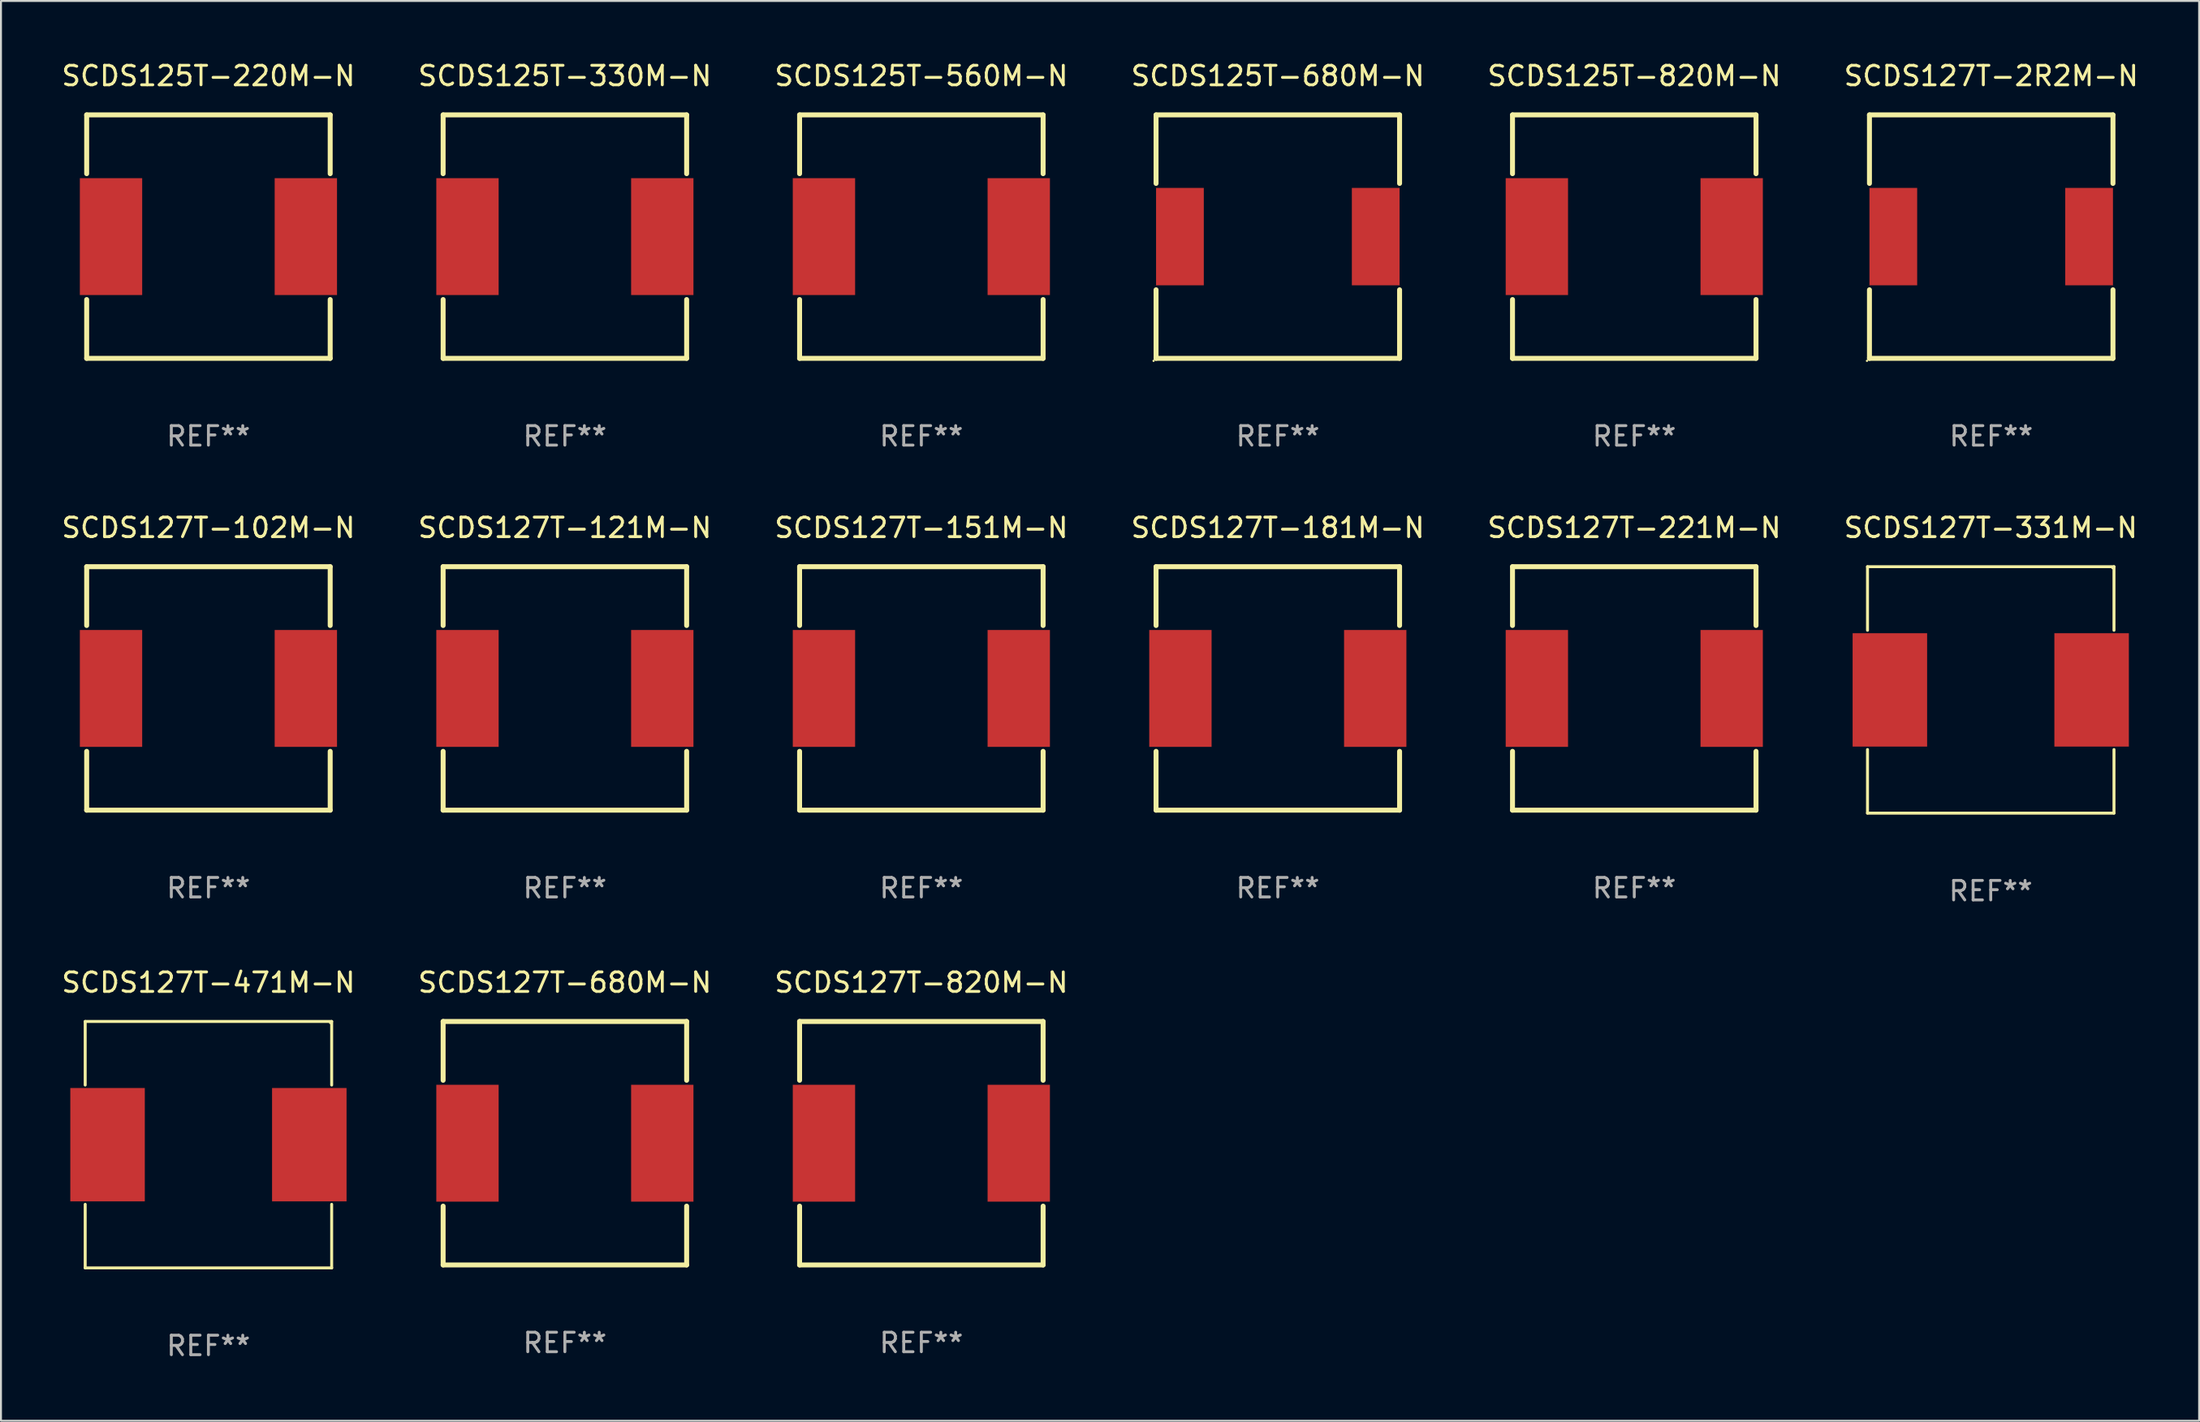
<source format=kicad_pcb>
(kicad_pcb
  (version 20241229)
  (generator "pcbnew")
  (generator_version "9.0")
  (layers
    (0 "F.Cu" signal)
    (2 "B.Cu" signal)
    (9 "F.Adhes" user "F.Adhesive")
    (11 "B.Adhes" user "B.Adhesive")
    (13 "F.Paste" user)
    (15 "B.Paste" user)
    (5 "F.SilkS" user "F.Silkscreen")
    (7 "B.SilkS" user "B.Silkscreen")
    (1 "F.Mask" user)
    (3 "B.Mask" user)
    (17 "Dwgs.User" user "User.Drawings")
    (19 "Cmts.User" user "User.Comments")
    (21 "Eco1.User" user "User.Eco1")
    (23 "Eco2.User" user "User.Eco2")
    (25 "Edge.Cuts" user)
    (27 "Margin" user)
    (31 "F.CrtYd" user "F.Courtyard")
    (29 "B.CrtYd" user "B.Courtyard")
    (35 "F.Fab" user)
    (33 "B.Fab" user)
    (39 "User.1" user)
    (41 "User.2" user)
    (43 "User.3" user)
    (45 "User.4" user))
  (footprint "SCDS127T-2R2M-N"
    (layer "F.Cu")
    (at 99.161 9.098)
    (property "Reference" "SCDS127T-2R2M-N" (at 0 -8.25 0) (layer "F.SilkS") (effects (font (size 1 1) (thickness 0.15))))
    (attr through_hole)
    (fp_line (start -6.25 -6.25) (end 6.25 -6.25) (stroke (width 0.254) (type solid)) (layer "F.SilkS"))
    (fp_line (start -6.25 -2.731) (end -6.25 -6.25) (stroke (width 0.254) (type solid)) (layer "F.SilkS"))
    (fp_line (start -6.25 6.25) (end -6.25 2.731) (stroke (width 0.254) (type solid)) (layer "F.SilkS"))
    (fp_line (start 6.25 -6.25) (end 6.25 -2.731) (stroke (width 0.254) (type solid)) (layer "F.SilkS"))
    (fp_line (start 6.25 2.731) (end 6.25 6.25) (stroke (width 0.254) (type solid)) (layer "F.SilkS"))
    (fp_line (start 6.25 6.25) (end -6.25 6.25) (stroke (width 0.254) (type solid)) (layer "F.SilkS"))
    (fp_circle (center -6.377 6.377) (end -6.347 6.377) (stroke (width 0.06) (type solid)) (fill no) (layer "F.SilkS"))
    (fp_text user "REF**" (at 0 10.25 0) (layer "F.Fab") (effects (font (size 1 1) (thickness 0.15))))
    (pad "1" smd rect (at -5.025 0 90) (size 5 2.45) (layers "F.Cu" "F.Mask" "F.Paste"))
    (pad "2" smd rect (at 5.025 0 90) (size 5 2.45) (layers "F.Cu" "F.Mask" "F.Paste")))
  (footprint "SCDS127T-121M-N"
    (layer "F.Cu")
    (at 25.946 32.295)
    (property "Reference" "SCDS127T-121M-N" (at 0 -8.25 0) (layer "F.SilkS") (effects (font (size 1 1) (thickness 0.15))))
    (attr through_hole)
    (fp_line (start -6.25 -6.25) (end -6.25 -3.231) (stroke (width 0.254) (type solid)) (layer "F.SilkS"))
    (fp_line (start -6.25 -6.25) (end 6.25 -6.25) (stroke (width 0.254) (type solid)) (layer "F.SilkS"))
    (fp_line (start -6.25 3.231) (end -6.25 6.25) (stroke (width 0.254) (type solid)) (layer "F.SilkS"))
    (fp_line (start -6.25 6.25) (end 6.25 6.25) (stroke (width 0.254) (type solid)) (layer "F.SilkS"))
    (fp_line (start 6.25 -6.25) (end 6.25 -3.231) (stroke (width 0.254) (type solid)) (layer "F.SilkS"))
    (fp_line (start 6.25 3.231) (end 6.25 6.25) (stroke (width 0.254) (type solid)) (layer "F.SilkS"))
    (fp_circle (center -6.25 6.25) (end -6.22 6.25) (stroke (width 0.06) (type solid)) (fill no) (layer "F.SilkS"))
    (fp_text user "REF**" (at 0 10.25 0) (layer "F.Fab") (effects (font (size 1 1) (thickness 0.15))))
    (pad "1" smd rect (at -5 0) (size 3.2 6) (layers "F.Cu" "F.Mask" "F.Paste"))
    (pad "2" smd rect (at 5 0) (size 3.2 6) (layers "F.Cu" "F.Mask" "F.Paste")))
  (footprint "SCDS125T-560M-N"
    (layer "F.Cu")
    (at 44.244 9.098)
    (property "Reference" "SCDS125T-560M-N" (at 0 -8.25 0) (layer "F.SilkS") (effects (font (size 1 1) (thickness 0.15))))
    (attr through_hole)
    (fp_line (start -6.25 -6.25) (end -6.25 -3.231) (stroke (width 0.254) (type solid)) (layer "F.SilkS"))
    (fp_line (start -6.25 -6.25) (end 6.25 -6.25) (stroke (width 0.254) (type solid)) (layer "F.SilkS"))
    (fp_line (start -6.25 3.231) (end -6.25 6.25) (stroke (width 0.254) (type solid)) (layer "F.SilkS"))
    (fp_line (start -6.25 6.25) (end 6.25 6.25) (stroke (width 0.254) (type solid)) (layer "F.SilkS"))
    (fp_line (start 6.25 -6.25) (end 6.25 -3.231) (stroke (width 0.254) (type solid)) (layer "F.SilkS"))
    (fp_line (start 6.25 3.231) (end 6.25 6.25) (stroke (width 0.254) (type solid)) (layer "F.SilkS"))
    (fp_circle (center -6.25 6.25) (end -6.22 6.25) (stroke (width 0.06) (type solid)) (fill no) (layer "F.SilkS"))
    (fp_text user "REF**" (at 0 10.25 0) (layer "F.Fab") (effects (font (size 1 1) (thickness 0.15))))
    (pad "1" smd rect (at -5 0) (size 3.2 6) (layers "F.Cu" "F.Mask" "F.Paste"))
    (pad "2" smd rect (at 5 0) (size 3.2 6) (layers "F.Cu" "F.Mask" "F.Paste")))
  (footprint "SCDS125T-820M-N"
    (layer "F.Cu")
    (at 80.839 9.098)
    (property "Reference" "SCDS125T-820M-N" (at 0 -8.25 0) (layer "F.SilkS") (effects (font (size 1 1) (thickness 0.15))))
    (attr through_hole)
    (fp_line (start -6.25 -6.25) (end -6.25 -3.231) (stroke (width 0.254) (type solid)) (layer "F.SilkS"))
    (fp_line (start -6.25 -6.25) (end 6.25 -6.25) (stroke (width 0.254) (type solid)) (layer "F.SilkS"))
    (fp_line (start -6.25 3.231) (end -6.25 6.25) (stroke (width 0.254) (type solid)) (layer "F.SilkS"))
    (fp_line (start -6.25 6.25) (end 6.25 6.25) (stroke (width 0.254) (type solid)) (layer "F.SilkS"))
    (fp_line (start 6.25 -6.25) (end 6.25 -3.231) (stroke (width 0.254) (type solid)) (layer "F.SilkS"))
    (fp_line (start 6.25 3.231) (end 6.25 6.25) (stroke (width 0.254) (type solid)) (layer "F.SilkS"))
    (fp_circle (center -6.25 6.25) (end -6.22 6.25) (stroke (width 0.06) (type solid)) (fill no) (layer "F.SilkS"))
    (fp_text user "REF**" (at 0 10.25 0) (layer "F.Fab") (effects (font (size 1 1) (thickness 0.15))))
    (pad "1" smd rect (at -5 0) (size 3.2 6) (layers "F.Cu" "F.Mask" "F.Paste"))
    (pad "2" smd rect (at 5 0) (size 3.2 6) (layers "F.Cu" "F.Mask" "F.Paste")))
  (footprint "SCDS125T-330M-N"
    (layer "F.Cu")
    (at 25.946 9.098)
    (property "Reference" "SCDS125T-330M-N" (at 0 -8.25 0) (layer "F.SilkS") (effects (font (size 1 1) (thickness 0.15))))
    (attr through_hole)
    (fp_line (start -6.25 -6.25) (end -6.25 -3.231) (stroke (width 0.254) (type solid)) (layer "F.SilkS"))
    (fp_line (start -6.25 -6.25) (end 6.25 -6.25) (stroke (width 0.254) (type solid)) (layer "F.SilkS"))
    (fp_line (start -6.25 3.231) (end -6.25 6.25) (stroke (width 0.254) (type solid)) (layer "F.SilkS"))
    (fp_line (start -6.25 6.25) (end 6.25 6.25) (stroke (width 0.254) (type solid)) (layer "F.SilkS"))
    (fp_line (start 6.25 -6.25) (end 6.25 -3.231) (stroke (width 0.254) (type solid)) (layer "F.SilkS"))
    (fp_line (start 6.25 3.231) (end 6.25 6.25) (stroke (width 0.254) (type solid)) (layer "F.SilkS"))
    (fp_circle (center -6.25 6.25) (end -6.22 6.25) (stroke (width 0.06) (type solid)) (fill no) (layer "F.SilkS"))
    (fp_text user "REF**" (at 0 10.25 0) (layer "F.Fab") (effects (font (size 1 1) (thickness 0.15))))
    (pad "1" smd rect (at -5 0) (size 3.2 6) (layers "F.Cu" "F.Mask" "F.Paste"))
    (pad "2" smd rect (at 5 0) (size 3.2 6) (layers "F.Cu" "F.Mask" "F.Paste")))
  (footprint "SCDS127T-102M-N"
    (layer "F.Cu")
    (at 7.649 32.295)
    (property "Reference" "SCDS127T-102M-N" (at 0 -8.25 0) (layer "F.SilkS") (effects (font (size 1 1) (thickness 0.15))))
    (attr through_hole)
    (fp_line (start -6.25 -6.25) (end -6.25 -3.231) (stroke (width 0.254) (type solid)) (layer "F.SilkS"))
    (fp_line (start -6.25 -6.25) (end 6.25 -6.25) (stroke (width 0.254) (type solid)) (layer "F.SilkS"))
    (fp_line (start -6.25 3.231) (end -6.25 6.25) (stroke (width 0.254) (type solid)) (layer "F.SilkS"))
    (fp_line (start -6.25 6.25) (end 6.25 6.25) (stroke (width 0.254) (type solid)) (layer "F.SilkS"))
    (fp_line (start 6.25 -6.25) (end 6.25 -3.231) (stroke (width 0.254) (type solid)) (layer "F.SilkS"))
    (fp_line (start 6.25 3.231) (end 6.25 6.25) (stroke (width 0.254) (type solid)) (layer "F.SilkS"))
    (fp_circle (center -6.25 6.25) (end -6.22 6.25) (stroke (width 0.06) (type solid)) (fill no) (layer "F.SilkS"))
    (fp_text user "REF**" (at 0 10.25 0) (layer "F.Fab") (effects (font (size 1 1) (thickness 0.15))))
    (pad "1" smd rect (at -5 0) (size 3.2 6) (layers "F.Cu" "F.Mask" "F.Paste"))
    (pad "2" smd rect (at 5 0) (size 3.2 6) (layers "F.Cu" "F.Mask" "F.Paste")))
  (footprint "SCDS127T-151M-N"
    (layer "F.Cu")
    (at 44.244 32.295)
    (property "Reference" "SCDS127T-151M-N" (at 0 -8.25 0) (layer "F.SilkS") (effects (font (size 1 1) (thickness 0.15))))
    (attr through_hole)
    (fp_line (start -6.25 -6.25) (end -6.25 -3.231) (stroke (width 0.254) (type solid)) (layer "F.SilkS"))
    (fp_line (start -6.25 -6.25) (end 6.25 -6.25) (stroke (width 0.254) (type solid)) (layer "F.SilkS"))
    (fp_line (start -6.25 3.231) (end -6.25 6.25) (stroke (width 0.254) (type solid)) (layer "F.SilkS"))
    (fp_line (start -6.25 6.25) (end 6.25 6.25) (stroke (width 0.254) (type solid)) (layer "F.SilkS"))
    (fp_line (start 6.25 -6.25) (end 6.25 -3.231) (stroke (width 0.254) (type solid)) (layer "F.SilkS"))
    (fp_line (start 6.25 3.231) (end 6.25 6.25) (stroke (width 0.254) (type solid)) (layer "F.SilkS"))
    (fp_circle (center -6.25 6.25) (end -6.22 6.25) (stroke (width 0.06) (type solid)) (fill no) (layer "F.SilkS"))
    (fp_text user "REF**" (at 0 10.25 0) (layer "F.Fab") (effects (font (size 1 1) (thickness 0.15))))
    (pad "1" smd rect (at -5 0) (size 3.2 6) (layers "F.Cu" "F.Mask" "F.Paste"))
    (pad "2" smd rect (at 5 0) (size 3.2 6) (layers "F.Cu" "F.Mask" "F.Paste")))
  (footprint "SCDS125T-680M-N"
    (layer "F.Cu")
    (at 62.542 9.098)
    (property "Reference" "SCDS125T-680M-N" (at 0 -8.25 0) (layer "F.SilkS") (effects (font (size 1 1) (thickness 0.15))))
    (attr through_hole)
    (fp_line (start -6.25 -6.25) (end 6.25 -6.25) (stroke (width 0.254) (type solid)) (layer "F.SilkS"))
    (fp_line (start -6.25 -2.731) (end -6.25 -6.25) (stroke (width 0.254) (type solid)) (layer "F.SilkS"))
    (fp_line (start -6.25 6.25) (end -6.25 2.731) (stroke (width 0.254) (type solid)) (layer "F.SilkS"))
    (fp_line (start 6.25 -6.25) (end 6.25 -2.731) (stroke (width 0.254) (type solid)) (layer "F.SilkS"))
    (fp_line (start 6.25 2.731) (end 6.25 6.25) (stroke (width 0.254) (type solid)) (layer "F.SilkS"))
    (fp_line (start 6.25 6.25) (end -6.25 6.25) (stroke (width 0.254) (type solid)) (layer "F.SilkS"))
    (fp_circle (center -6.377 6.377) (end -6.347 6.377) (stroke (width 0.06) (type solid)) (fill no) (layer "F.SilkS"))
    (fp_text user "REF**" (at 0 10.25 0) (layer "F.Fab") (effects (font (size 1 1) (thickness 0.15))))
    (pad "1" smd rect (at -5.025 0 90) (size 5 2.45) (layers "F.Cu" "F.Mask" "F.Paste"))
    (pad "2" smd rect (at 5.025 0 90) (size 5 2.45) (layers "F.Cu" "F.Mask" "F.Paste")))
  (footprint "SCDS127T-471M-N"
    (layer "F.Cu")
    (at 7.649 55.72)
    (property "Reference" "SCDS127T-471M-N" (at 0 -8.326 0) (layer "F.SilkS") (effects (font (size 1 1) (thickness 0.15))))
    (attr through_hole)
    (fp_line (start -6.326 -6.326) (end 6.326 -6.326) (stroke (width 0.152) (type solid)) (layer "F.SilkS"))
    (fp_line (start -6.326 -3.062) (end -6.326 -6.326) (stroke (width 0.152) (type solid)) (layer "F.SilkS"))
    (fp_line (start -6.326 3.062) (end -6.326 6.326) (stroke (width 0.152) (type solid)) (layer "F.SilkS"))
    (fp_line (start -6.326 6.326) (end 6.326 6.326) (stroke (width 0.152) (type solid)) (layer "F.SilkS"))
    (fp_line (start 6.326 -6.326) (end 6.326 -3.062) (stroke (width 0.152) (type solid)) (layer "F.SilkS"))
    (fp_line (start 6.326 6.326) (end 6.326 3.062) (stroke (width 0.152) (type solid)) (layer "F.SilkS"))
    (fp_circle (center 6.25 -6.25) (end 6.28 -6.25) (stroke (width 0.06) (type solid)) (fill no) (layer "F.SilkS"))
    (fp_text user "REF**" (at 0 10.326 0) (layer "F.Fab") (effects (font (size 1 1) (thickness 0.15))))
    (pad "1" smd rect (at 5.178 0) (size 3.824 5.82) (layers "F.Cu" "F.Mask" "F.Paste"))
    (pad "2" smd rect (at -5.178 0) (size 3.824 5.82) (layers "F.Cu" "F.Mask" "F.Paste")))
  (footprint "SCDS127T-221M-N"
    (layer "F.Cu")
    (at 80.839 32.295)
    (property "Reference" "SCDS127T-221M-N" (at 0 -8.25 0) (layer "F.SilkS") (effects (font (size 1 1) (thickness 0.15))))
    (attr through_hole)
    (fp_line (start -6.25 -6.25) (end -6.25 -3.231) (stroke (width 0.254) (type solid)) (layer "F.SilkS"))
    (fp_line (start -6.25 -6.25) (end 6.25 -6.25) (stroke (width 0.254) (type solid)) (layer "F.SilkS"))
    (fp_line (start -6.25 3.231) (end -6.25 6.25) (stroke (width 0.254) (type solid)) (layer "F.SilkS"))
    (fp_line (start -6.25 6.25) (end 6.25 6.25) (stroke (width 0.254) (type solid)) (layer "F.SilkS"))
    (fp_line (start 6.25 -6.25) (end 6.25 -3.231) (stroke (width 0.254) (type solid)) (layer "F.SilkS"))
    (fp_line (start 6.25 3.231) (end 6.25 6.25) (stroke (width 0.254) (type solid)) (layer "F.SilkS"))
    (fp_circle (center -6.25 6.25) (end -6.22 6.25) (stroke (width 0.06) (type solid)) (fill no) (layer "F.SilkS"))
    (fp_text user "REF**" (at 0 10.25 0) (layer "F.Fab") (effects (font (size 1 1) (thickness 0.15))))
    (pad "1" smd rect (at -5 0) (size 3.2 6) (layers "F.Cu" "F.Mask" "F.Paste"))
    (pad "2" smd rect (at 5 0) (size 3.2 6) (layers "F.Cu" "F.Mask" "F.Paste")))
  (footprint "SCDS127T-331M-N"
    (layer "F.Cu")
    (at 99.137 32.371)
    (property "Reference" "SCDS127T-331M-N" (at 0 -8.326 0) (layer "F.SilkS") (effects (font (size 1 1) (thickness 0.15))))
    (attr through_hole)
    (fp_line (start -6.326 -6.326) (end 6.326 -6.326) (stroke (width 0.152) (type solid)) (layer "F.SilkS"))
    (fp_line (start -6.326 -3.062) (end -6.326 -6.326) (stroke (width 0.152) (type solid)) (layer "F.SilkS"))
    (fp_line (start -6.326 3.062) (end -6.326 6.326) (stroke (width 0.152) (type solid)) (layer "F.SilkS"))
    (fp_line (start -6.326 6.326) (end 6.326 6.326) (stroke (width 0.152) (type solid)) (layer "F.SilkS"))
    (fp_line (start 6.326 -6.326) (end 6.326 -3.062) (stroke (width 0.152) (type solid)) (layer "F.SilkS"))
    (fp_line (start 6.326 6.326) (end 6.326 3.062) (stroke (width 0.152) (type solid)) (layer "F.SilkS"))
    (fp_circle (center 6.25 -6.25) (end 6.28 -6.25) (stroke (width 0.06) (type solid)) (fill no) (layer "F.SilkS"))
    (fp_text user "REF**" (at 0 10.326 0) (layer "F.Fab") (effects (font (size 1 1) (thickness 0.15))))
    (pad "1" smd rect (at 5.178 0) (size 3.824 5.82) (layers "F.Cu" "F.Mask" "F.Paste"))
    (pad "2" smd rect (at -5.178 0) (size 3.824 5.82) (layers "F.Cu" "F.Mask" "F.Paste")))
  (footprint "SCDS127T-181M-N"
    (layer "F.Cu")
    (at 62.542 32.295)
    (property "Reference" "SCDS127T-181M-N" (at 0 -8.25 0) (layer "F.SilkS") (effects (font (size 1 1) (thickness 0.15))))
    (attr through_hole)
    (fp_line (start -6.25 -6.25) (end -6.25 -3.231) (stroke (width 0.254) (type solid)) (layer "F.SilkS"))
    (fp_line (start -6.25 -6.25) (end 6.25 -6.25) (stroke (width 0.254) (type solid)) (layer "F.SilkS"))
    (fp_line (start -6.25 3.231) (end -6.25 6.25) (stroke (width 0.254) (type solid)) (layer "F.SilkS"))
    (fp_line (start -6.25 6.25) (end 6.25 6.25) (stroke (width 0.254) (type solid)) (layer "F.SilkS"))
    (fp_line (start 6.25 -6.25) (end 6.25 -3.231) (stroke (width 0.254) (type solid)) (layer "F.SilkS"))
    (fp_line (start 6.25 3.231) (end 6.25 6.25) (stroke (width 0.254) (type solid)) (layer "F.SilkS"))
    (fp_circle (center -6.25 6.25) (end -6.22 6.25) (stroke (width 0.06) (type solid)) (fill no) (layer "F.SilkS"))
    (fp_text user "REF**" (at 0 10.25 0) (layer "F.Fab") (effects (font (size 1 1) (thickness 0.15))))
    (pad "1" smd rect (at -5 0) (size 3.2 6) (layers "F.Cu" "F.Mask" "F.Paste"))
    (pad "2" smd rect (at 5 0) (size 3.2 6) (layers "F.Cu" "F.Mask" "F.Paste")))
  (footprint "SCDS127T-680M-N"
    (layer "F.Cu")
    (at 25.946 55.644)
    (property "Reference" "SCDS127T-680M-N" (at 0 -8.25 0) (layer "F.SilkS") (effects (font (size 1 1) (thickness 0.15))))
    (attr through_hole)
    (fp_line (start -6.25 -6.25) (end -6.25 -3.231) (stroke (width 0.254) (type solid)) (layer "F.SilkS"))
    (fp_line (start -6.25 -6.25) (end 6.25 -6.25) (stroke (width 0.254) (type solid)) (layer "F.SilkS"))
    (fp_line (start -6.25 3.231) (end -6.25 6.25) (stroke (width 0.254) (type solid)) (layer "F.SilkS"))
    (fp_line (start -6.25 6.25) (end 6.25 6.25) (stroke (width 0.254) (type solid)) (layer "F.SilkS"))
    (fp_line (start 6.25 -6.25) (end 6.25 -3.231) (stroke (width 0.254) (type solid)) (layer "F.SilkS"))
    (fp_line (start 6.25 3.231) (end 6.25 6.25) (stroke (width 0.254) (type solid)) (layer "F.SilkS"))
    (fp_circle (center -6.25 6.25) (end -6.22 6.25) (stroke (width 0.06) (type solid)) (fill no) (layer "F.SilkS"))
    (fp_text user "REF**" (at 0 10.25 0) (layer "F.Fab") (effects (font (size 1 1) (thickness 0.15))))
    (pad "1" smd rect (at -5 0) (size 3.2 6) (layers "F.Cu" "F.Mask" "F.Paste"))
    (pad "2" smd rect (at 5 0) (size 3.2 6) (layers "F.Cu" "F.Mask" "F.Paste")))
  (footprint "SCDS127T-820M-N"
    (layer "F.Cu")
    (at 44.244 55.644)
    (property "Reference" "SCDS127T-820M-N" (at 0 -8.25 0) (layer "F.SilkS") (effects (font (size 1 1) (thickness 0.15))))
    (attr through_hole)
    (fp_line (start -6.25 -6.25) (end -6.25 -3.231) (stroke (width 0.254) (type solid)) (layer "F.SilkS"))
    (fp_line (start -6.25 -6.25) (end 6.25 -6.25) (stroke (width 0.254) (type solid)) (layer "F.SilkS"))
    (fp_line (start -6.25 3.231) (end -6.25 6.25) (stroke (width 0.254) (type solid)) (layer "F.SilkS"))
    (fp_line (start -6.25 6.25) (end 6.25 6.25) (stroke (width 0.254) (type solid)) (layer "F.SilkS"))
    (fp_line (start 6.25 -6.25) (end 6.25 -3.231) (stroke (width 0.254) (type solid)) (layer "F.SilkS"))
    (fp_line (start 6.25 3.231) (end 6.25 6.25) (stroke (width 0.254) (type solid)) (layer "F.SilkS"))
    (fp_circle (center -6.25 6.25) (end -6.22 6.25) (stroke (width 0.06) (type solid)) (fill no) (layer "F.SilkS"))
    (fp_text user "REF**" (at 0 10.25 0) (layer "F.Fab") (effects (font (size 1 1) (thickness 0.15))))
    (pad "1" smd rect (at -5 0) (size 3.2 6) (layers "F.Cu" "F.Mask" "F.Paste"))
    (pad "2" smd rect (at 5 0) (size 3.2 6) (layers "F.Cu" "F.Mask" "F.Paste")))
  (footprint "SCDS125T-220M-N"
    (layer "F.Cu")
    (at 7.649 9.098)
    (property "Reference" "SCDS125T-220M-N" (at 0 -8.25 0) (layer "F.SilkS") (effects (font (size 1 1) (thickness 0.15))))
    (attr through_hole)
    (fp_line (start -6.25 -6.25) (end -6.25 -3.231) (stroke (width 0.254) (type solid)) (layer "F.SilkS"))
    (fp_line (start -6.25 -6.25) (end 6.25 -6.25) (stroke (width 0.254) (type solid)) (layer "F.SilkS"))
    (fp_line (start -6.25 3.231) (end -6.25 6.25) (stroke (width 0.254) (type solid)) (layer "F.SilkS"))
    (fp_line (start -6.25 6.25) (end 6.25 6.25) (stroke (width 0.254) (type solid)) (layer "F.SilkS"))
    (fp_line (start 6.25 -6.25) (end 6.25 -3.231) (stroke (width 0.254) (type solid)) (layer "F.SilkS"))
    (fp_line (start 6.25 3.231) (end 6.25 6.25) (stroke (width 0.254) (type solid)) (layer "F.SilkS"))
    (fp_circle (center -6.25 6.25) (end -6.22 6.25) (stroke (width 0.06) (type solid)) (fill no) (layer "F.SilkS"))
    (fp_text user "REF**" (at 0 10.25 0) (layer "F.Fab") (effects (font (size 1 1) (thickness 0.15))))
    (pad "1" smd rect (at -5 0) (size 3.2 6) (layers "F.Cu" "F.Mask" "F.Paste"))
    (pad "2" smd rect (at 5 0) (size 3.2 6) (layers "F.Cu" "F.Mask" "F.Paste")))
  (gr_rect
    (start -3 -3)
    (end 109.833 69.894)
    (stroke (width 0.1) (type default))
    (fill no)
    (layer "Edge.Cuts")))
</source>
